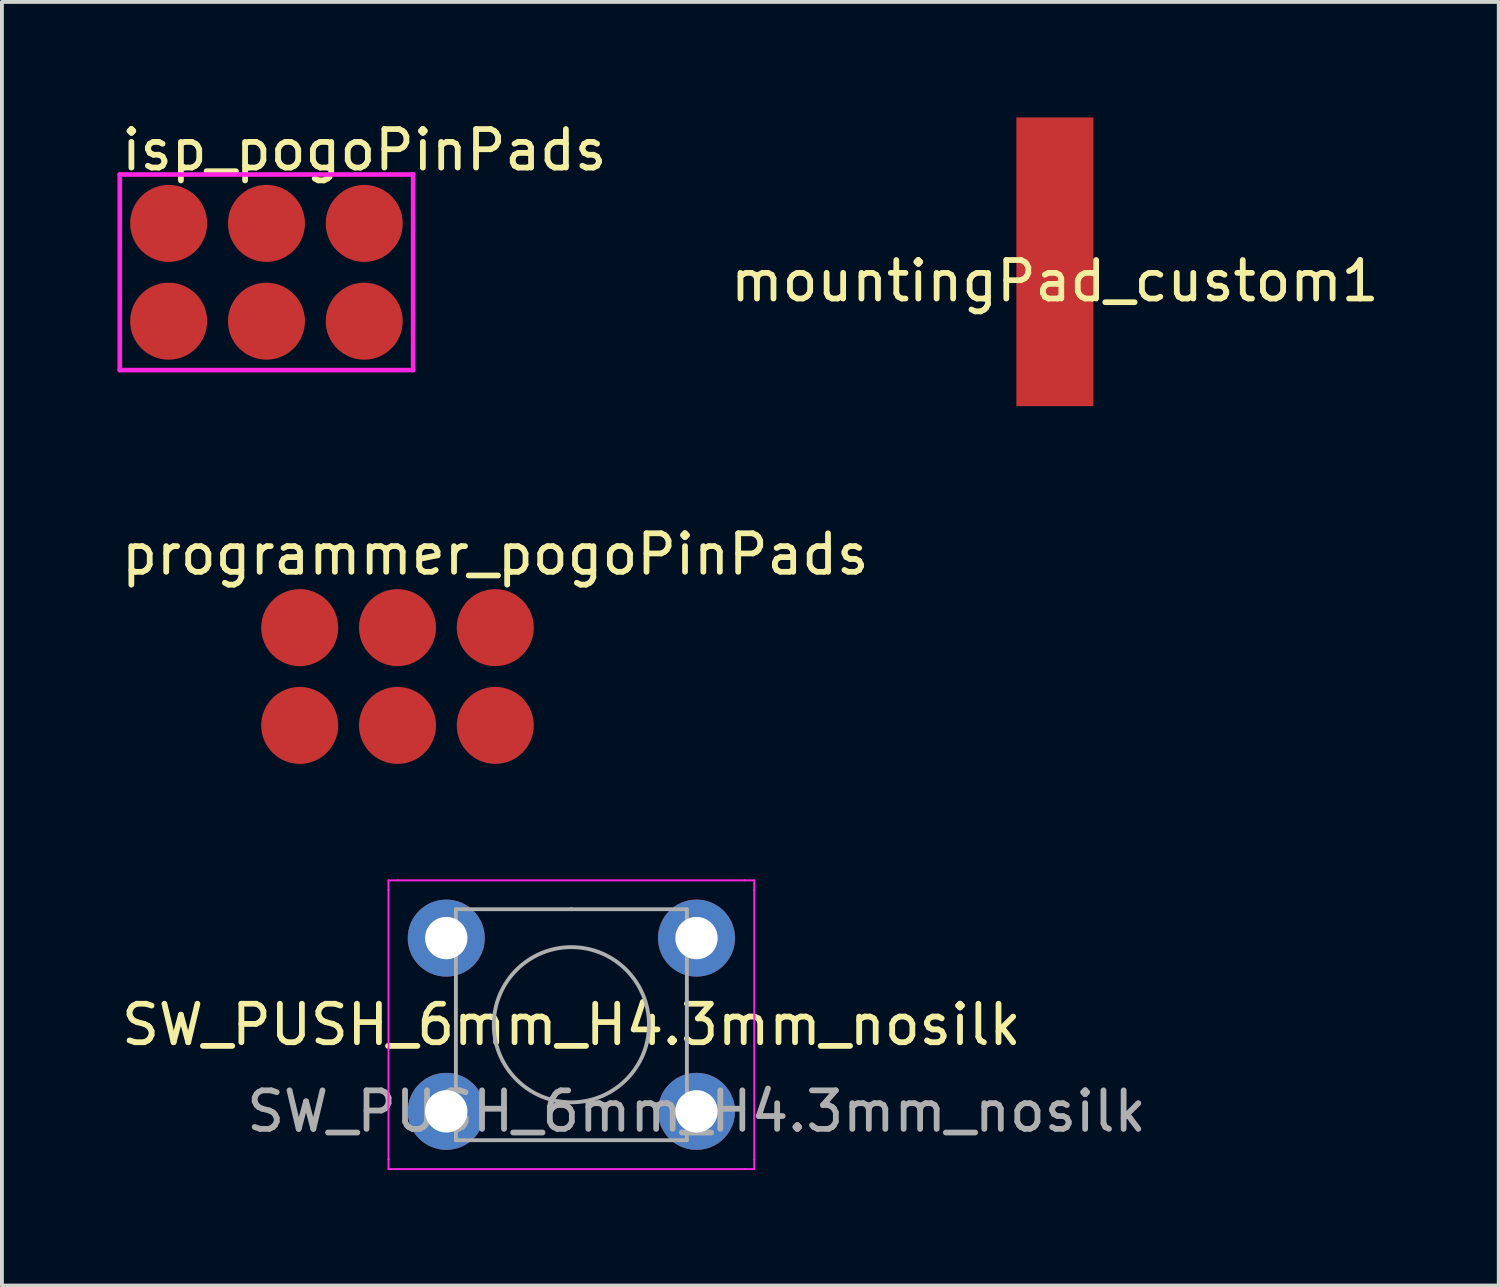
<source format=kicad_pcb>
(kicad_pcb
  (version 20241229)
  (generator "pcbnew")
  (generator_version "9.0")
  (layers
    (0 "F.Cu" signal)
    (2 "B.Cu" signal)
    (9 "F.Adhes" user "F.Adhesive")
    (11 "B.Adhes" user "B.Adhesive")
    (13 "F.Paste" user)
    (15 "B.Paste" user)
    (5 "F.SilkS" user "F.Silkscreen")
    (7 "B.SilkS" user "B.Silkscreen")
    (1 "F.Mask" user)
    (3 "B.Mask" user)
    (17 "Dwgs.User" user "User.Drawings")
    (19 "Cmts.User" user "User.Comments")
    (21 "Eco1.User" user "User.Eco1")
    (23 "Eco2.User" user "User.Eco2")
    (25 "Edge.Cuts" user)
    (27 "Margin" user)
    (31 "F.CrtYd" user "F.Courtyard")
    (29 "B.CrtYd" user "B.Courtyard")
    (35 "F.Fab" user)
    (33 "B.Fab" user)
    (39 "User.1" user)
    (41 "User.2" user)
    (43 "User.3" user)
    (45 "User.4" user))
  (footprint "programmer_pogoPinPads"
    (layer "F.Cu")
    (at 7.275 14.523)
    (property "Reference" "programmer_pogoPinPads" (at 2.54 -3.175 180) (layer "F.SilkS") (effects (font (size 1 1) (thickness 0.15))))
    (attr through_hole)
    (pad "1" smd circle (at -2.54 1.27 180) (size 2 2) (layers "F.Cu" "F.Mask" "F.Paste"))
    (pad "2" smd circle (at -2.54 -1.27 180) (size 2 2) (layers "F.Cu" "F.Mask" "F.Paste"))
    (pad "3" smd circle (at 0 1.27 180) (size 2 2) (layers "F.Cu" "F.Mask" "F.Paste"))
    (pad "4" smd circle (at 0 -1.27 180) (size 2 2) (layers "F.Cu" "F.Mask" "F.Paste"))
    (pad "5" smd circle (at 2.54 1.27 180) (size 2 2) (layers "F.Cu" "F.Mask" "F.Paste"))
    (pad "6" smd circle (at 2.54 -1.27 180) (size 2 2) (layers "F.Cu" "F.Mask" "F.Paste")))
  (footprint "SW_PUSH_6mm_H4.3mm_nosilk"
    (layer "F.Cu")
    (at 11.792 23.568)
    (property "Reference" "SW_PUSH_6mm_H4.3mm_nosilk" (at 0 0 0) (layer "F.SilkS") (effects (font (size 1 1) (thickness 0.15))))
    (attr through_hole)
    (fp_line (start -4.75 -3.75) (end -4.5 -3.75) (stroke (width 0.05) (type solid)) (layer "F.CrtYd"))
    (fp_line (start -4.75 -3.5) (end -4.75 -3.75) (stroke (width 0.05) (type solid)) (layer "F.CrtYd"))
    (fp_line (start -4.75 3.5) (end -4.75 -3.5) (stroke (width 0.05) (type solid)) (layer "F.CrtYd"))
    (fp_line (start -4.75 3.5) (end -4.75 3.75) (stroke (width 0.05) (type solid)) (layer "F.CrtYd"))
    (fp_line (start -4.75 3.75) (end -4.5 3.75) (stroke (width 0.05) (type solid)) (layer "F.CrtYd"))
    (fp_line (start -4.5 -3.75) (end 4.5 -3.75) (stroke (width 0.05) (type solid)) (layer "F.CrtYd"))
    (fp_line (start 4.5 -3.75) (end 4.75 -3.75) (stroke (width 0.05) (type solid)) (layer "F.CrtYd"))
    (fp_line (start 4.5 3.75) (end -4.5 3.75) (stroke (width 0.05) (type solid)) (layer "F.CrtYd"))
    (fp_line (start 4.5 3.75) (end 4.75 3.75) (stroke (width 0.05) (type solid)) (layer "F.CrtYd"))
    (fp_line (start 4.75 -3.75) (end 4.75 -3.5) (stroke (width 0.05) (type solid)) (layer "F.CrtYd"))
    (fp_line (start 4.75 -3.5) (end 4.75 3.5) (stroke (width 0.05) (type solid)) (layer "F.CrtYd"))
    (fp_line (start 4.75 3.75) (end 4.75 3.5) (stroke (width 0.05) (type solid)) (layer "F.CrtYd"))
    (fp_line (start -3 -3) (end 0 -3) (stroke (width 0.1) (type solid)) (layer "F.Fab"))
    (fp_line (start -3 3) (end -3 -3) (stroke (width 0.1) (type solid)) (layer "F.Fab"))
    (fp_line (start 0 -3) (end 3 -3) (stroke (width 0.1) (type solid)) (layer "F.Fab"))
    (fp_line (start 3 -3) (end 3 3) (stroke (width 0.1) (type solid)) (layer "F.Fab"))
    (fp_line (start 3 3) (end -3 3) (stroke (width 0.1) (type solid)) (layer "F.Fab"))
    (fp_circle (center 0 0) (end -2 0.25) (stroke (width 0.1) (type solid)) (fill no) (layer "F.Fab"))
    (fp_text user "${REFERENCE}" (at 3.25 2.25 0) (layer "F.Fab") (effects (font (size 1 1) (thickness 0.15))))
    (pad "1" thru_hole circle (at -3.25 -2.25 90) (size 2 2) (drill 1.1) (layers "*.Cu" "*.Mask"))
    (pad "1" thru_hole circle (at 3.25 -2.25 90) (size 2 2) (drill 1.1) (layers "*.Cu" "*.Mask"))
    (pad "2" thru_hole circle (at -3.25 2.25 90) (size 2 2) (drill 1.1) (layers "*.Cu" "*.Mask"))
    (pad "2" thru_hole circle (at 3.25 2.25 90) (size 2 2) (drill 1.1) (layers "*.Cu" "*.Mask")))
  (footprint "isp_pogoPinPads"
    (layer "F.Cu")
    (at 3.871 4.023)
    (property "Reference" "isp_pogoPinPads" (at 2.54 -3.175 180) (layer "F.SilkS") (effects (font (size 1 1) (thickness 0.15))))
    (attr through_hole)
    (fp_line (start -3.81 -2.54) (end 3.81 -2.54) (stroke (width 0.12) (type solid)) (layer "F.CrtYd"))
    (fp_line (start -3.81 2.54) (end -3.81 -2.54) (stroke (width 0.12) (type solid)) (layer "F.CrtYd"))
    (fp_line (start 3.81 -2.54) (end 3.81 2.54) (stroke (width 0.12) (type solid)) (layer "F.CrtYd"))
    (fp_line (start 3.81 2.54) (end -3.81 2.54) (stroke (width 0.12) (type solid)) (layer "F.CrtYd"))
    (pad "1" smd circle (at -2.54 1.27 180) (size 2 2) (layers "F.Cu" "F.Mask" "F.Paste"))
    (pad "2" smd circle (at -2.54 -1.27 180) (size 2 2) (layers "F.Cu" "F.Mask" "F.Paste"))
    (pad "3" smd circle (at 0 1.27 180) (size 2 2) (layers "F.Cu" "F.Mask" "F.Paste"))
    (pad "4" smd circle (at 0 -1.27 180) (size 2 2) (layers "F.Cu" "F.Mask" "F.Paste"))
    (pad "5" smd circle (at 2.54 1.27 180) (size 2 2) (layers "F.Cu" "F.Mask" "F.Paste"))
    (pad "6" smd circle (at 2.54 -1.27 180) (size 2 2) (layers "F.Cu" "F.Mask" "F.Paste")))
  (footprint "mountingPad_custom1"
    (layer "F.Cu")
    (at 24.351 3.75)
    (property "Reference" "mountingPad_custom1" (at 0 0.5 0) (layer "F.SilkS") (effects (font (size 1 1) (thickness 0.15))))
    (attr through_hole)
    (pad "1" smd rect (at 0 0) (size 2 7.5) (layers "F.Cu" "F.Mask" "F.Paste")))
  (gr_rect
    (start -3 -3)
    (end 35.881 30.343)
    (stroke (width 0.1) (type default))
    (fill no)
    (layer "Edge.Cuts")))
</source>
